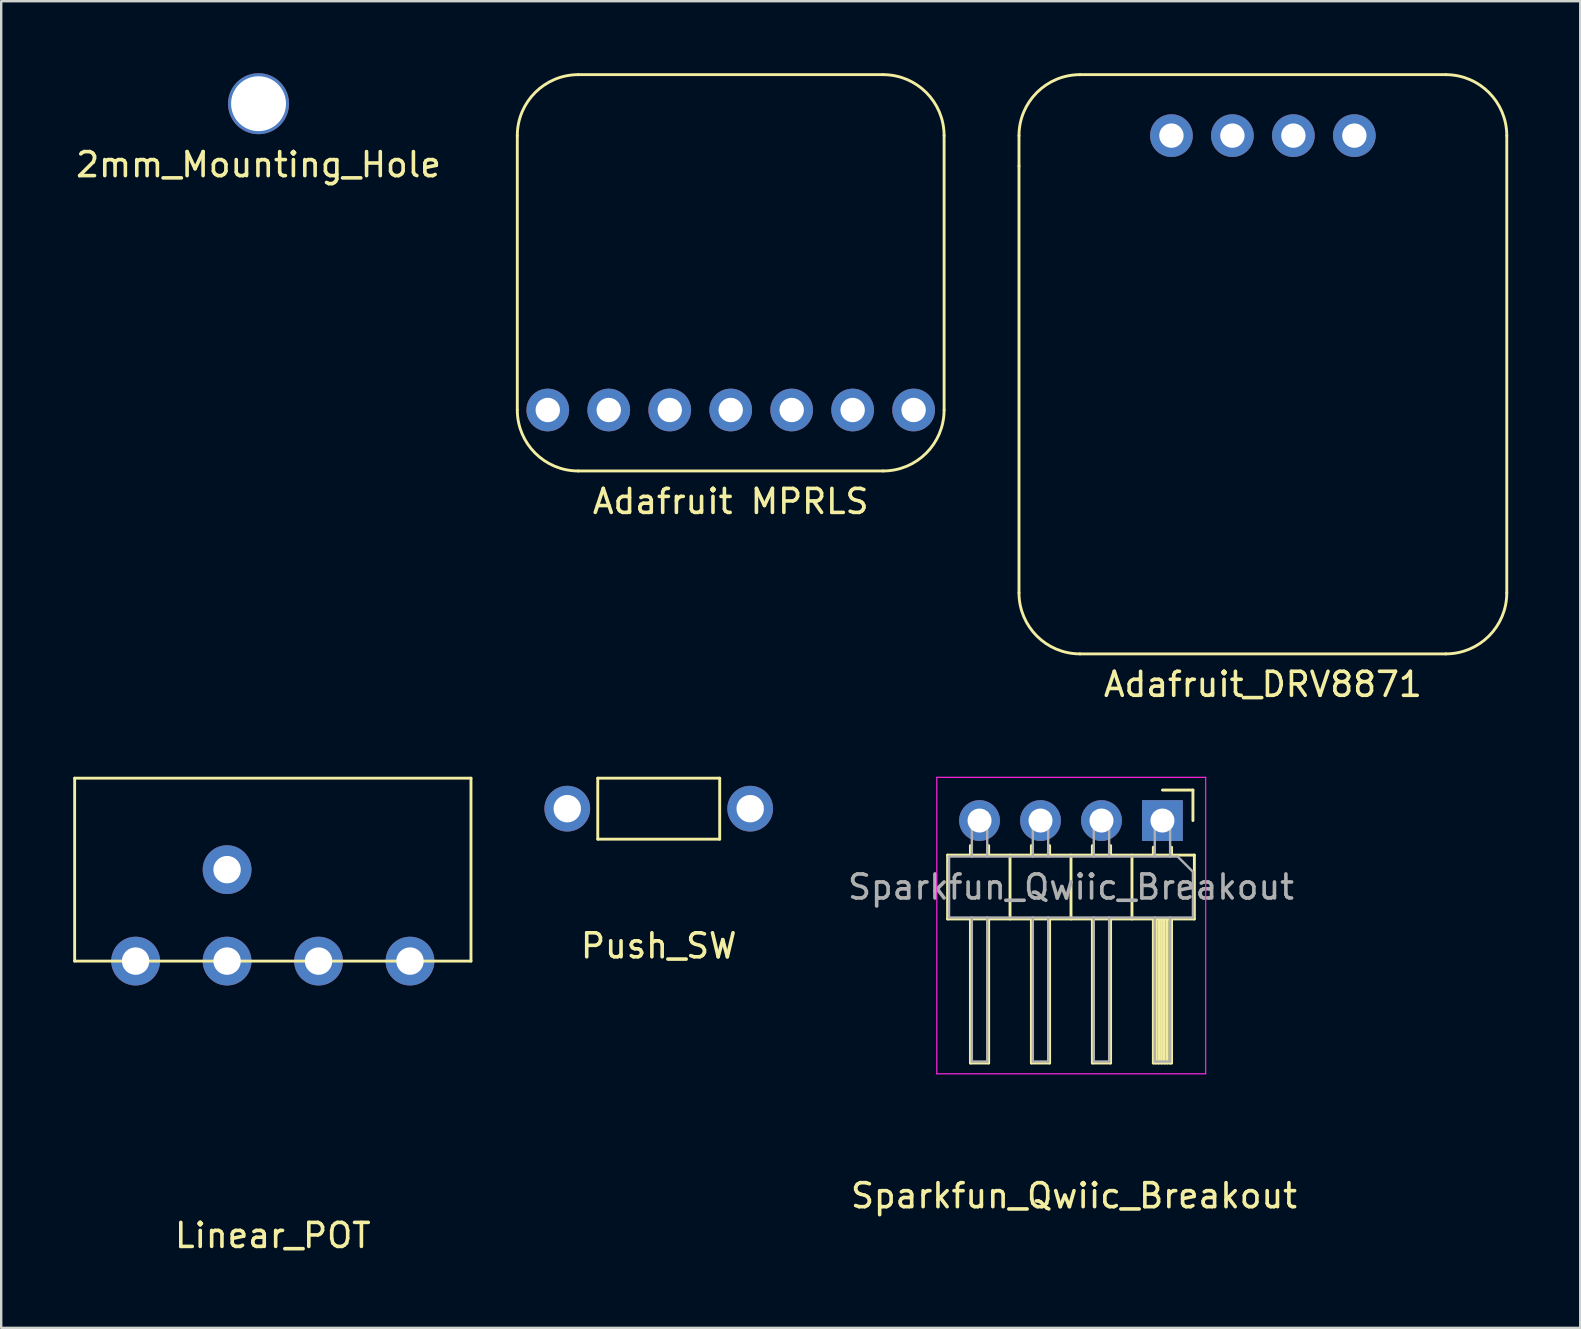
<source format=kicad_pcb>
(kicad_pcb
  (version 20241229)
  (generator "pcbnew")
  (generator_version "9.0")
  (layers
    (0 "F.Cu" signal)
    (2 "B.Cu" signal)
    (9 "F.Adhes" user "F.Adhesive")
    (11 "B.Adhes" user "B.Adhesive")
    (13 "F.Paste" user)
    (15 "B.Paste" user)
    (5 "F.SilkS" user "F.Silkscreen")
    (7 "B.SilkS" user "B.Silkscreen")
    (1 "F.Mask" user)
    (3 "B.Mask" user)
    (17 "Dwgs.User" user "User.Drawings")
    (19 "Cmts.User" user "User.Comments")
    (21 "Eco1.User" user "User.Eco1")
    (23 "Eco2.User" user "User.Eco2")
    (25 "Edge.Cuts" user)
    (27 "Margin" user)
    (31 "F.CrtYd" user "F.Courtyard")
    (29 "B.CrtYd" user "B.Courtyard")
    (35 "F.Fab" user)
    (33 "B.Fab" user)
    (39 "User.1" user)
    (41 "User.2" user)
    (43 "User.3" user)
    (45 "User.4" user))
  (footprint "Sparkfun_Qwiic_Breakout"
    (layer "F.Cu")
    (at 41.691 36.603)
    (property "Reference" "Sparkfun_Qwiic_Breakout" (at 0 10.16 0) (layer "F.SilkS") (effects (font (size 1 1) (thickness 0.15))))
    (attr through_hole)
    (fp_line (start -5.265 -4.03) (end -5.265 -1.37) (stroke (width 0.12) (type solid)) (layer "F.SilkS"))
    (fp_line (start -5.265 -1.37) (end 5.015 -1.37) (stroke (width 0.12) (type solid)) (layer "F.SilkS"))
    (fp_line (start -4.315 -4.427) (end -4.315 -4.03) (stroke (width 0.12) (type solid)) (layer "F.SilkS"))
    (fp_line (start -4.315 4.63) (end -4.315 -1.37) (stroke (width 0.12) (type solid)) (layer "F.SilkS"))
    (fp_line (start -3.555 -4.427) (end -3.555 -4.03) (stroke (width 0.12) (type solid)) (layer "F.SilkS"))
    (fp_line (start -3.555 -1.37) (end -3.555 4.63) (stroke (width 0.12) (type solid)) (layer "F.SilkS"))
    (fp_line (start -3.555 4.63) (end -4.315 4.63) (stroke (width 0.12) (type solid)) (layer "F.SilkS"))
    (fp_line (start -2.665 -4.03) (end -2.665 -1.37) (stroke (width 0.12) (type solid)) (layer "F.SilkS"))
    (fp_line (start -1.775 -4.427) (end -1.775 -4.03) (stroke (width 0.12) (type solid)) (layer "F.SilkS"))
    (fp_line (start -1.775 4.63) (end -1.775 -1.37) (stroke (width 0.12) (type solid)) (layer "F.SilkS"))
    (fp_line (start -1.015 -4.427) (end -1.015 -4.03) (stroke (width 0.12) (type solid)) (layer "F.SilkS"))
    (fp_line (start -1.015 -1.37) (end -1.015 4.63) (stroke (width 0.12) (type solid)) (layer "F.SilkS"))
    (fp_line (start -1.015 4.63) (end -1.775 4.63) (stroke (width 0.12) (type solid)) (layer "F.SilkS"))
    (fp_line (start -0.125 -4.03) (end -0.125 -1.37) (stroke (width 0.12) (type solid)) (layer "F.SilkS"))
    (fp_line (start 0.765 -4.427) (end 0.765 -4.03) (stroke (width 0.12) (type solid)) (layer "F.SilkS"))
    (fp_line (start 0.765 4.63) (end 0.765 -1.37) (stroke (width 0.12) (type solid)) (layer "F.SilkS"))
    (fp_line (start 1.525 -4.427) (end 1.525 -4.03) (stroke (width 0.12) (type solid)) (layer "F.SilkS"))
    (fp_line (start 1.525 -1.37) (end 1.525 4.63) (stroke (width 0.12) (type solid)) (layer "F.SilkS"))
    (fp_line (start 1.525 4.63) (end 0.765 4.63) (stroke (width 0.12) (type solid)) (layer "F.SilkS"))
    (fp_line (start 2.415 -4.03) (end 2.415 -1.37) (stroke (width 0.12) (type solid)) (layer "F.SilkS"))
    (fp_line (start 3.305 -4.36) (end 3.305 -4.03) (stroke (width 0.12) (type solid)) (layer "F.SilkS"))
    (fp_line (start 3.305 4.63) (end 3.305 -1.37) (stroke (width 0.12) (type solid)) (layer "F.SilkS"))
    (fp_line (start 3.405 -1.37) (end 3.405 4.63) (stroke (width 0.12) (type solid)) (layer "F.SilkS"))
    (fp_line (start 3.525 -1.37) (end 3.525 4.63) (stroke (width 0.12) (type solid)) (layer "F.SilkS"))
    (fp_line (start 3.645 -1.37) (end 3.645 4.63) (stroke (width 0.12) (type solid)) (layer "F.SilkS"))
    (fp_line (start 3.685 -6.74) (end 4.955 -6.74) (stroke (width 0.12) (type solid)) (layer "F.SilkS"))
    (fp_line (start 3.765 -1.37) (end 3.765 4.63) (stroke (width 0.12) (type solid)) (layer "F.SilkS"))
    (fp_line (start 3.885 -1.37) (end 3.885 4.63) (stroke (width 0.12) (type solid)) (layer "F.SilkS"))
    (fp_line (start 4.005 -1.37) (end 4.005 4.63) (stroke (width 0.12) (type solid)) (layer "F.SilkS"))
    (fp_line (start 4.065 -4.36) (end 4.065 -4.03) (stroke (width 0.12) (type solid)) (layer "F.SilkS"))
    (fp_line (start 4.065 -1.37) (end 4.065 4.63) (stroke (width 0.12) (type solid)) (layer "F.SilkS"))
    (fp_line (start 4.065 4.63) (end 3.305 4.63) (stroke (width 0.12) (type solid)) (layer "F.SilkS"))
    (fp_line (start 4.955 -6.74) (end 4.955 -5.47) (stroke (width 0.12) (type solid)) (layer "F.SilkS"))
    (fp_line (start 5.015 -4.03) (end -5.265 -4.03) (stroke (width 0.12) (type solid)) (layer "F.SilkS"))
    (fp_line (start 5.015 -1.37) (end 5.015 -4.03) (stroke (width 0.12) (type solid)) (layer "F.SilkS"))
    (fp_line (start -5.715 -7.27) (end -5.715 5.08) (stroke (width 0.05) (type solid)) (layer "F.CrtYd"))
    (fp_line (start -5.715 5.08) (end 5.485 5.08) (stroke (width 0.05) (type solid)) (layer "F.CrtYd"))
    (fp_line (start 5.485 -7.27) (end -5.715 -7.27) (stroke (width 0.05) (type solid)) (layer "F.CrtYd"))
    (fp_line (start 5.485 5.08) (end 5.485 -7.27) (stroke (width 0.05) (type solid)) (layer "F.CrtYd"))
    (fp_line (start -5.205 -3.97) (end 4.32 -3.97) (stroke (width 0.1) (type solid)) (layer "F.Fab"))
    (fp_line (start -5.205 -1.43) (end -5.205 -3.97) (stroke (width 0.1) (type solid)) (layer "F.Fab"))
    (fp_line (start -4.255 -5.79) (end -4.255 -3.97) (stroke (width 0.1) (type solid)) (layer "F.Fab"))
    (fp_line (start -4.255 -1.43) (end -4.255 4.57) (stroke (width 0.1) (type solid)) (layer "F.Fab"))
    (fp_line (start -3.615 -5.79) (end -4.255 -5.79) (stroke (width 0.1) (type solid)) (layer "F.Fab"))
    (fp_line (start -3.615 -5.79) (end -3.615 -3.97) (stroke (width 0.1) (type solid)) (layer "F.Fab"))
    (fp_line (start -3.615 -1.43) (end -3.615 4.57) (stroke (width 0.1) (type solid)) (layer "F.Fab"))
    (fp_line (start -3.615 4.57) (end -4.255 4.57) (stroke (width 0.1) (type solid)) (layer "F.Fab"))
    (fp_line (start -1.715 -5.79) (end -1.715 -3.97) (stroke (width 0.1) (type solid)) (layer "F.Fab"))
    (fp_line (start -1.715 -1.43) (end -1.715 4.57) (stroke (width 0.1) (type solid)) (layer "F.Fab"))
    (fp_line (start -1.075 -5.79) (end -1.715 -5.79) (stroke (width 0.1) (type solid)) (layer "F.Fab"))
    (fp_line (start -1.075 -5.79) (end -1.075 -3.97) (stroke (width 0.1) (type solid)) (layer "F.Fab"))
    (fp_line (start -1.075 -1.43) (end -1.075 4.57) (stroke (width 0.1) (type solid)) (layer "F.Fab"))
    (fp_line (start -1.075 4.57) (end -1.715 4.57) (stroke (width 0.1) (type solid)) (layer "F.Fab"))
    (fp_line (start 0.825 -5.79) (end 0.825 -3.97) (stroke (width 0.1) (type solid)) (layer "F.Fab"))
    (fp_line (start 0.825 -1.43) (end 0.825 4.57) (stroke (width 0.1) (type solid)) (layer "F.Fab"))
    (fp_line (start 1.465 -5.79) (end 0.825 -5.79) (stroke (width 0.1) (type solid)) (layer "F.Fab"))
    (fp_line (start 1.465 -5.79) (end 1.465 -3.97) (stroke (width 0.1) (type solid)) (layer "F.Fab"))
    (fp_line (start 1.465 -1.43) (end 1.465 4.57) (stroke (width 0.1) (type solid)) (layer "F.Fab"))
    (fp_line (start 1.465 4.57) (end 0.825 4.57) (stroke (width 0.1) (type solid)) (layer "F.Fab"))
    (fp_line (start 3.365 -5.79) (end 3.365 -3.97) (stroke (width 0.1) (type solid)) (layer "F.Fab"))
    (fp_line (start 3.365 -1.43) (end 3.365 4.57) (stroke (width 0.1) (type solid)) (layer "F.Fab"))
    (fp_line (start 4.005 -5.79) (end 3.365 -5.79) (stroke (width 0.1) (type solid)) (layer "F.Fab"))
    (fp_line (start 4.005 -5.79) (end 4.005 -3.97) (stroke (width 0.1) (type solid)) (layer "F.Fab"))
    (fp_line (start 4.005 -1.43) (end 4.005 4.57) (stroke (width 0.1) (type solid)) (layer "F.Fab"))
    (fp_line (start 4.005 4.57) (end 3.365 4.57) (stroke (width 0.1) (type solid)) (layer "F.Fab"))
    (fp_line (start 4.32 -3.97) (end 4.955 -3.335) (stroke (width 0.1) (type solid)) (layer "F.Fab"))
    (fp_line (start 4.955 -3.335) (end 4.955 -1.43) (stroke (width 0.1) (type solid)) (layer "F.Fab"))
    (fp_line (start 4.955 -1.43) (end -5.205 -1.43) (stroke (width 0.1) (type solid)) (layer "F.Fab"))
    (fp_text user "${REFERENCE}" (at -0.125 -2.7 0) (layer "F.Fab") (effects (font (size 1 1) (thickness 0.15))))
    (pad "1" thru_hole oval (at -3.935 -5.47 270) (size 1.7 1.7) (drill 1) (layers "*.Cu" "*.Mask"))
    (pad "2" thru_hole oval (at -1.395 -5.47 270) (size 1.7 1.7) (drill 1) (layers "*.Cu" "*.Mask"))
    (pad "3" thru_hole oval (at 1.145 -5.47 270) (size 1.7 1.7) (drill 1) (layers "*.Cu" "*.Mask"))
    (pad "4" thru_hole rect (at 3.685 -5.47 270) (size 1.7 1.7) (drill 1) (layers "*.Cu" "*.Mask")))
  (footprint "Push_SW"
    (layer "F.Cu")
    (at 24.392 30.638)
    (property "Reference" "Push_SW" (at 0 5.715 0) (layer "F.SilkS") (effects (font (size 1 1) (thickness 0.15))))
    (attr through_hole)
    (fp_line (start -2.54 -1.27) (end 2.54 -1.27) (stroke (width 0.12) (type solid)) (layer "F.SilkS"))
    (fp_line (start -2.54 1.27) (end -2.54 -1.27) (stroke (width 0.12) (type solid)) (layer "F.SilkS"))
    (fp_line (start 2.54 -1.27) (end 2.54 1.27) (stroke (width 0.12) (type solid)) (layer "F.SilkS"))
    (fp_line (start 2.54 1.27) (end -2.54 1.27) (stroke (width 0.12) (type solid)) (layer "F.SilkS"))
    (pad "1" thru_hole circle (at -3.81 0) (size 1.905 1.905) (drill 1.143) (layers "*.Cu" "*.Mask"))
    (pad "2" thru_hole circle (at 3.81 0) (size 1.905 1.905) (drill 1.143) (layers "*.Cu" "*.Mask")))
  (footprint "Linear_POT"
    (layer "F.Cu")
    (at 8.315 36.988)
    (property "Reference" "Linear_POT" (at 0 11.43 0) (layer "F.SilkS") (effects (font (size 1 1) (thickness 0.15))))
    (attr through_hole)
    (fp_line (start -8.255 -7.62) (end -8.255 0) (stroke (width 0.12) (type solid)) (layer "F.SilkS"))
    (fp_line (start -8.255 0) (end 8.255 0) (stroke (width 0.12) (type solid)) (layer "F.SilkS"))
    (fp_line (start 8.255 -7.62) (end -8.255 -7.62) (stroke (width 0.12) (type solid)) (layer "F.SilkS"))
    (fp_line (start 8.255 0) (end 8.255 -7.62) (stroke (width 0.12) (type solid)) (layer "F.SilkS"))
    (pad "1" thru_hole circle (at -1.905 0) (size 2.032 2.032) (drill 1.143) (layers "*.Cu" "*.Mask"))
    (pad "1" thru_hole circle (at 1.905 0) (size 2.032 2.032) (drill 1.143) (layers "*.Cu" "*.Mask"))
    (pad "2" thru_hole circle (at -5.715 0) (size 2.032 2.032) (drill 1.143) (layers "*.Cu" "*.Mask"))
    (pad "2" thru_hole circle (at 5.715 0) (size 2.032 2.032) (drill 1.143) (layers "*.Cu" "*.Mask"))
    (pad "3" thru_hole circle (at -1.905 -3.81) (size 2.032 2.032) (drill 1.143) (layers "*.Cu" "*.Mask")))
  (footprint "Adafruit_DRV8871"
    (layer "F.Cu")
    (at 49.56 12.76)
    (property "Reference" "Adafruit_DRV8871" (at 0 12.7 0) (layer "F.SilkS") (effects (font (size 1 1) (thickness 0.15))))
    (attr through_hole)
    (fp_line (start -10.16 -8.89) (end -10.16 -10.16) (stroke (width 0.12) (type solid)) (layer "F.SilkS"))
    (fp_line (start -10.16 8.89) (end -10.16 -8.89) (stroke (width 0.12) (type solid)) (layer "F.SilkS"))
    (fp_line (start -7.62 -12.7) (end 7.62 -12.7) (stroke (width 0.12) (type solid)) (layer "F.SilkS"))
    (fp_line (start 7.62 11.43) (end -7.62 11.43) (stroke (width 0.12) (type solid)) (layer "F.SilkS"))
    (fp_line (start 10.16 -10.16) (end 10.16 8.89) (stroke (width 0.12) (type solid)) (layer "F.SilkS"))
    (fp_arc (start -10.16 -10.16) (mid -9.416051 -11.956051) (end -7.62 -12.7) (stroke (width 0.12) (type solid)) (layer "F.SilkS"))
    (fp_arc (start -7.62 11.43) (mid -9.416051 10.686051) (end -10.16 8.89) (stroke (width 0.12) (type solid)) (layer "F.SilkS"))
    (fp_arc (start 7.62 -12.7) (mid 9.416051 -11.956051) (end 10.16 -10.16) (stroke (width 0.12) (type solid)) (layer "F.SilkS"))
    (fp_arc (start 10.16 8.89) (mid 9.416051 10.686051) (end 7.62 11.43) (stroke (width 0.12) (type solid)) (layer "F.SilkS"))
    (pad "1" thru_hole circle (at -3.81 -10.16) (size 1.778 1.778) (drill 1.016) (layers "*.Cu" "*.Mask"))
    (pad "2" thru_hole circle (at -1.27 -10.16) (size 1.778 1.778) (drill 1.016) (layers "*.Cu" "*.Mask"))
    (pad "3" thru_hole circle (at 1.27 -10.16) (size 1.778 1.778) (drill 1.016) (layers "*.Cu" "*.Mask"))
    (pad "4" thru_hole circle (at 3.81 -10.16) (size 1.778 1.778) (drill 1.016) (layers "*.Cu" "*.Mask")))
  (footprint "Adafruit MPRLS"
    (layer "F.Cu")
    (at 27.39 8.95)
    (property "Reference" "Adafruit MPRLS" (at 0 8.89 0) (layer "F.SilkS") (effects (font (size 1 1) (thickness 0.15))))
    (attr through_hole)
    (fp_line (start -8.89 5.08) (end -8.89 -6.35) (stroke (width 0.12) (type solid)) (layer "F.SilkS"))
    (fp_line (start -6.35 -8.89) (end 6.35 -8.89) (stroke (width 0.12) (type solid)) (layer "F.SilkS"))
    (fp_line (start 6.35 7.62) (end -6.35 7.62) (stroke (width 0.12) (type solid)) (layer "F.SilkS"))
    (fp_line (start 8.89 -6.35) (end 8.89 5.08) (stroke (width 0.12) (type solid)) (layer "F.SilkS"))
    (fp_arc (start -8.89 -6.35) (mid -8.146051 -8.146051) (end -6.35 -8.89) (stroke (width 0.12) (type solid)) (layer "F.SilkS"))
    (fp_arc (start -6.35 7.62) (mid -8.146051 6.876051) (end -8.89 5.08) (stroke (width 0.12) (type solid)) (layer "F.SilkS"))
    (fp_arc (start 6.35 -8.89) (mid 8.146051 -8.146051) (end 8.89 -6.35) (stroke (width 0.12) (type solid)) (layer "F.SilkS"))
    (fp_arc (start 8.89 5.08) (mid 8.146051 6.876051) (end 6.35 7.62) (stroke (width 0.12) (type solid)) (layer "F.SilkS"))
    (pad "1" thru_hole circle (at -7.62 5.08) (size 1.778 1.778) (drill 1.016) (layers "*.Cu" "*.Mask"))
    (pad "2" thru_hole circle (at -5.08 5.08) (size 1.778 1.778) (drill 1.016) (layers "*.Cu" "*.Mask"))
    (pad "3" thru_hole circle (at -2.54 5.08) (size 1.778 1.778) (drill 1.016) (layers "*.Cu" "*.Mask"))
    (pad "4" thru_hole circle (at 0 5.08) (size 1.778 1.778) (drill 1.016) (layers "*.Cu" "*.Mask"))
    (pad "5" thru_hole circle (at 2.54 5.08) (size 1.778 1.778) (drill 1.016) (layers "*.Cu" "*.Mask"))
    (pad "6" thru_hole circle (at 5.08 5.08) (size 1.778 1.778) (drill 1.016) (layers "*.Cu" "*.Mask"))
    (pad "7" thru_hole circle (at 7.62 5.08) (size 1.778 1.778) (drill 1.016) (layers "*.Cu" "*.Mask")))
  (footprint "2mm_Mounting_Hole"
    (layer "F.Cu")
    (at 7.72 1.27)
    (property "Reference" "2mm_Mounting_Hole" (at 0 2.54 0) (layer "F.SilkS") (effects (font (size 1 1) (thickness 0.15))))
    (attr through_hole)
    (pad "1" thru_hole circle (at 0 0) (size 2.54 2.54) (drill 2.286) (layers "*.Cu" "*.Mask")))
  (gr_rect
    (start -3 -3)
    (end 62.78 52.267)
    (stroke (width 0.1) (type default))
    (fill no)
    (layer "Edge.Cuts")))
</source>
